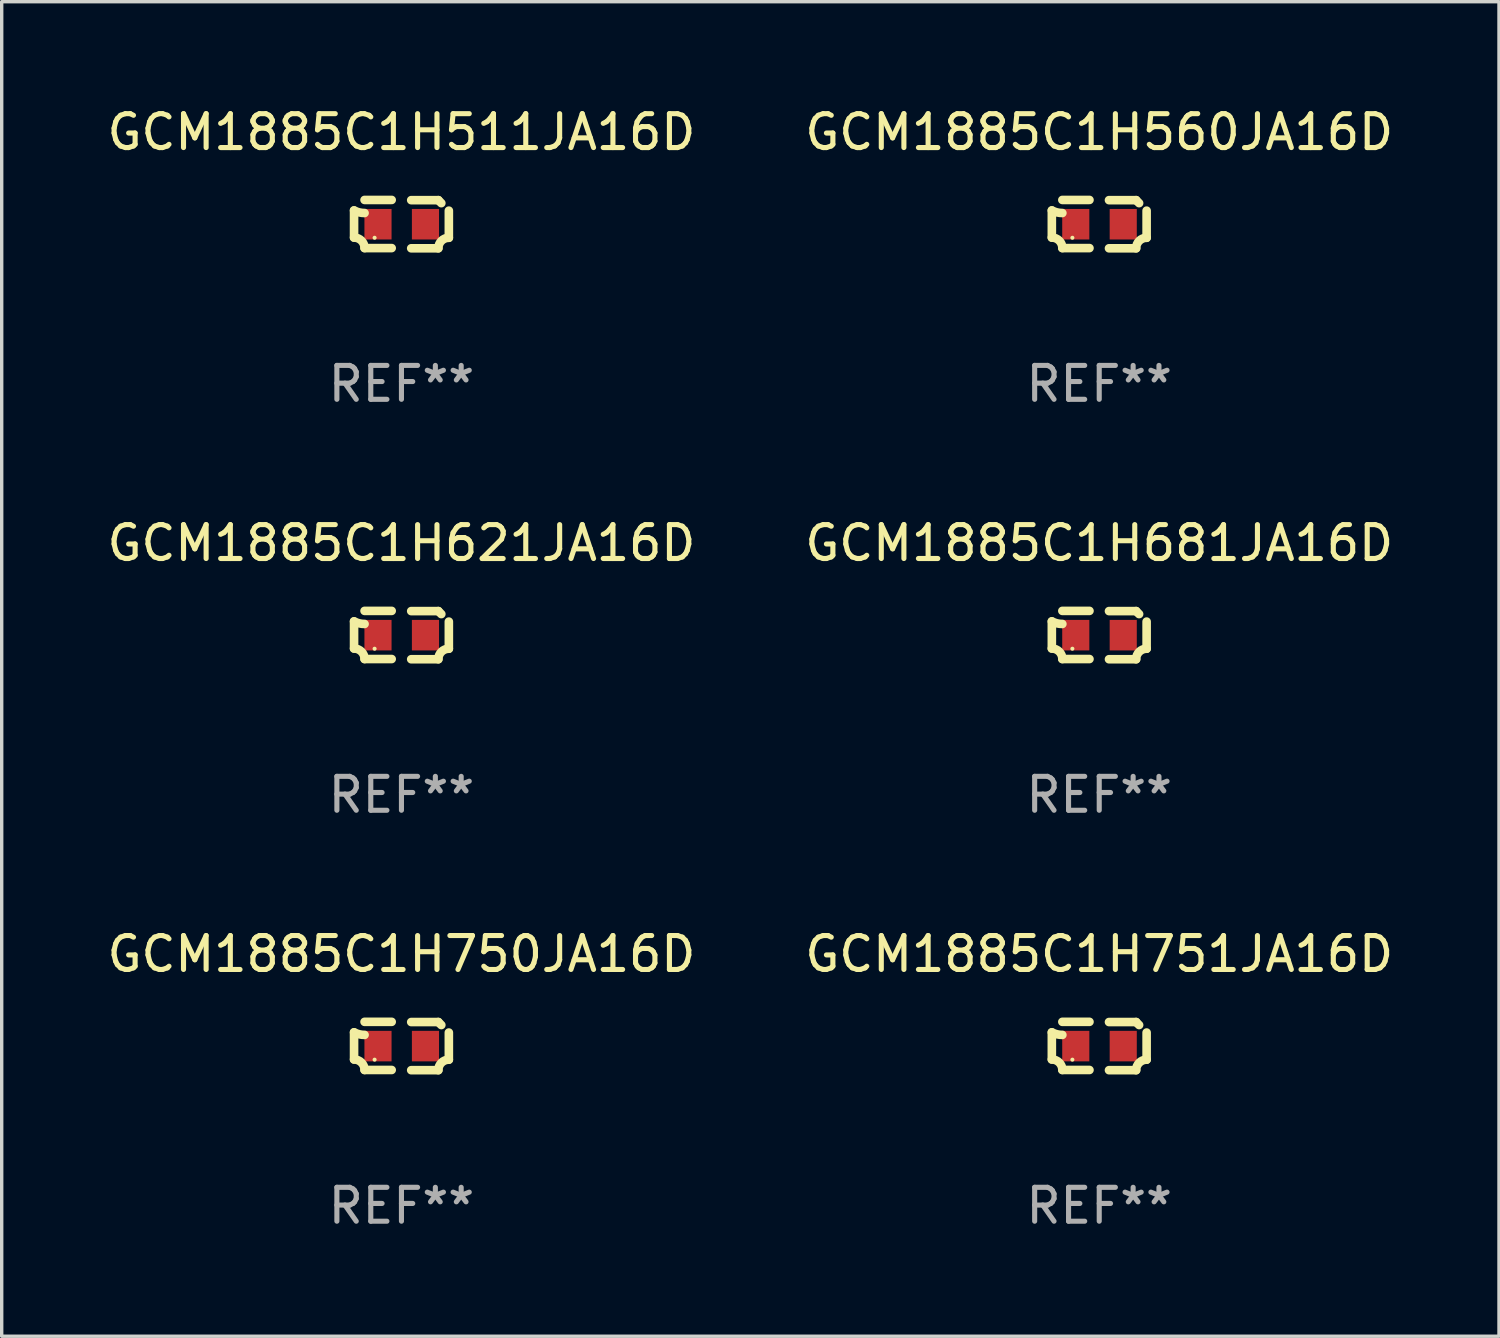
<source format=kicad_pcb>
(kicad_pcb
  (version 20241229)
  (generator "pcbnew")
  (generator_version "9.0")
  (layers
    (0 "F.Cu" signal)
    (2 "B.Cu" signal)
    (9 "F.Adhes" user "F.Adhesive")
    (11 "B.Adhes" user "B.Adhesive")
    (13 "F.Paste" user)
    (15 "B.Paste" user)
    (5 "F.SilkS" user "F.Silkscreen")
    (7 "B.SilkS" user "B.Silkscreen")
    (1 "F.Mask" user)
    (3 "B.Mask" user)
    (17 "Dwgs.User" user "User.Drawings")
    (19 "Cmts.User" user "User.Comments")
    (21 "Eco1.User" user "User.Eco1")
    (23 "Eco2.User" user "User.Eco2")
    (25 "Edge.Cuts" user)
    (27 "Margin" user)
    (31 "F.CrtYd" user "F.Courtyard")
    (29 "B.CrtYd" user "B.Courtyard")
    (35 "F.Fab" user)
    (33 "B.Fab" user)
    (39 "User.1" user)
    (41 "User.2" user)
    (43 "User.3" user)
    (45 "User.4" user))
  (footprint "GCM1885C1H621JA16D"
    (layer "F.Cu")
    (at 8.792 15.683)
    (property "Reference" "GCM1885C1H621JA16D" (at 0 -2.713 0) (layer "F.SilkS") (effects (font (size 1 1) (thickness 0.15))))
    (attr through_hole)
    (fp_line (start -1.398 -0.403) (end -1.398 0.397) (stroke (width 0.254) (type solid)) (layer "F.SilkS"))
    (fp_line (start -0.288 -0.713) (end -1.088 -0.713) (stroke (width 0.254) (type solid)) (layer "F.SilkS"))
    (fp_line (start -0.288 0.707) (end -1.088 0.707) (stroke (width 0.254) (type solid)) (layer "F.SilkS"))
    (fp_line (start 0.288 -0.707) (end 1.088 -0.707) (stroke (width 0.254) (type solid)) (layer "F.SilkS"))
    (fp_line (start 0.288 0.713) (end 1.088 0.713) (stroke (width 0.254) (type solid)) (layer "F.SilkS"))
    (fp_line (start 1.398 -0.397) (end 1.398 0.403) (stroke (width 0.254) (type solid)) (layer "F.SilkS"))
    (fp_arc (start -1.397789 0.397066) (mid -1.178701 0.487826) (end -1.08796 0.706922) (stroke (width 0.254001) (type solid)) (layer "F.SilkS"))
    (fp_arc (start -1.08796 -0.327176) (mid -1.247436 -0.346384) (end -1.39779 -0.402908) (stroke (width 0.254001) (type solid)) (layer "F.SilkS"))
    (fp_arc (start 1.087909 0.712738) (mid 1.178656 0.493655) (end 1.397739 0.402908) (stroke (width 0.254001) (type solid)) (layer "F.SilkS"))
    (fp_arc (start 1.175925 -0.618926) (mid 1.131917 -0.662923) (end 1.08791 -0.706922) (stroke (width 0.254001) (type solid)) (layer "F.SilkS"))
    (fp_circle (center -0.792 0.403) (end -0.762 0.403) (stroke (width 0.06) (type solid)) (fill no) (layer "F.SilkS"))
    (fp_text user "REF**" (at 0 4.713 0) (layer "F.Fab") (effects (font (size 1 1) (thickness 0.15))))
    (pad "1" smd rect (at -0.692 0.003) (size 0.8 0.9) (layers "F.Cu" "F.Mask" "F.Paste"))
    (pad "2" smd rect (at 0.708 0.003) (size 0.8 0.9) (layers "F.Cu" "F.Mask" "F.Paste")))
  (footprint "GCM1885C1H560JA16D"
    (layer "F.Cu")
    (at 29.375 3.561)
    (property "Reference" "GCM1885C1H560JA16D" (at 0 -2.713 0) (layer "F.SilkS") (effects (font (size 1 1) (thickness 0.15))))
    (attr through_hole)
    (fp_line (start -1.398 -0.403) (end -1.398 0.397) (stroke (width 0.254) (type solid)) (layer "F.SilkS"))
    (fp_line (start -0.288 -0.713) (end -1.088 -0.713) (stroke (width 0.254) (type solid)) (layer "F.SilkS"))
    (fp_line (start -0.288 0.707) (end -1.088 0.707) (stroke (width 0.254) (type solid)) (layer "F.SilkS"))
    (fp_line (start 0.288 -0.707) (end 1.088 -0.707) (stroke (width 0.254) (type solid)) (layer "F.SilkS"))
    (fp_line (start 0.288 0.713) (end 1.088 0.713) (stroke (width 0.254) (type solid)) (layer "F.SilkS"))
    (fp_line (start 1.398 -0.397) (end 1.398 0.403) (stroke (width 0.254) (type solid)) (layer "F.SilkS"))
    (fp_arc (start -1.397789 0.397066) (mid -1.178701 0.487826) (end -1.08796 0.706922) (stroke (width 0.254001) (type solid)) (layer "F.SilkS"))
    (fp_arc (start -1.08796 -0.327176) (mid -1.247436 -0.346384) (end -1.39779 -0.402908) (stroke (width 0.254001) (type solid)) (layer "F.SilkS"))
    (fp_arc (start 1.087909 0.712738) (mid 1.178656 0.493655) (end 1.397739 0.402908) (stroke (width 0.254001) (type solid)) (layer "F.SilkS"))
    (fp_arc (start 1.175925 -0.618926) (mid 1.131917 -0.662923) (end 1.08791 -0.706922) (stroke (width 0.254001) (type solid)) (layer "F.SilkS"))
    (fp_circle (center -0.792 0.403) (end -0.762 0.403) (stroke (width 0.06) (type solid)) (fill no) (layer "F.SilkS"))
    (fp_text user "REF**" (at 0 4.713 0) (layer "F.Fab") (effects (font (size 1 1) (thickness 0.15))))
    (pad "1" smd rect (at -0.692 0.003) (size 0.8 0.9) (layers "F.Cu" "F.Mask" "F.Paste"))
    (pad "2" smd rect (at 0.708 0.003) (size 0.8 0.9) (layers "F.Cu" "F.Mask" "F.Paste")))
  (footprint "GCM1885C1H511JA16D"
    (layer "F.Cu")
    (at 8.792 3.561)
    (property "Reference" "GCM1885C1H511JA16D" (at 0 -2.713 0) (layer "F.SilkS") (effects (font (size 1 1) (thickness 0.15))))
    (attr through_hole)
    (fp_line (start -1.398 -0.403) (end -1.398 0.397) (stroke (width 0.254) (type solid)) (layer "F.SilkS"))
    (fp_line (start -0.288 -0.713) (end -1.088 -0.713) (stroke (width 0.254) (type solid)) (layer "F.SilkS"))
    (fp_line (start -0.288 0.707) (end -1.088 0.707) (stroke (width 0.254) (type solid)) (layer "F.SilkS"))
    (fp_line (start 0.288 -0.707) (end 1.088 -0.707) (stroke (width 0.254) (type solid)) (layer "F.SilkS"))
    (fp_line (start 0.288 0.713) (end 1.088 0.713) (stroke (width 0.254) (type solid)) (layer "F.SilkS"))
    (fp_line (start 1.398 -0.397) (end 1.398 0.403) (stroke (width 0.254) (type solid)) (layer "F.SilkS"))
    (fp_arc (start -1.397789 0.397066) (mid -1.178701 0.487826) (end -1.08796 0.706922) (stroke (width 0.254001) (type solid)) (layer "F.SilkS"))
    (fp_arc (start -1.08796 -0.327176) (mid -1.247436 -0.346384) (end -1.39779 -0.402908) (stroke (width 0.254001) (type solid)) (layer "F.SilkS"))
    (fp_arc (start 1.087909 0.712738) (mid 1.178656 0.493655) (end 1.397739 0.402908) (stroke (width 0.254001) (type solid)) (layer "F.SilkS"))
    (fp_arc (start 1.175925 -0.618926) (mid 1.131917 -0.662923) (end 1.08791 -0.706922) (stroke (width 0.254001) (type solid)) (layer "F.SilkS"))
    (fp_circle (center -0.792 0.403) (end -0.762 0.403) (stroke (width 0.06) (type solid)) (fill no) (layer "F.SilkS"))
    (fp_text user "REF**" (at 0 4.713 0) (layer "F.Fab") (effects (font (size 1 1) (thickness 0.15))))
    (pad "1" smd rect (at -0.692 0.003) (size 0.8 0.9) (layers "F.Cu" "F.Mask" "F.Paste"))
    (pad "2" smd rect (at 0.708 0.003) (size 0.8 0.9) (layers "F.Cu" "F.Mask" "F.Paste")))
  (footprint "GCM1885C1H681JA16D"
    (layer "F.Cu")
    (at 29.375 15.683)
    (property "Reference" "GCM1885C1H681JA16D" (at 0 -2.713 0) (layer "F.SilkS") (effects (font (size 1 1) (thickness 0.15))))
    (attr through_hole)
    (fp_line (start -1.398 -0.403) (end -1.398 0.397) (stroke (width 0.254) (type solid)) (layer "F.SilkS"))
    (fp_line (start -0.288 -0.713) (end -1.088 -0.713) (stroke (width 0.254) (type solid)) (layer "F.SilkS"))
    (fp_line (start -0.288 0.707) (end -1.088 0.707) (stroke (width 0.254) (type solid)) (layer "F.SilkS"))
    (fp_line (start 0.288 -0.707) (end 1.088 -0.707) (stroke (width 0.254) (type solid)) (layer "F.SilkS"))
    (fp_line (start 0.288 0.713) (end 1.088 0.713) (stroke (width 0.254) (type solid)) (layer "F.SilkS"))
    (fp_line (start 1.398 -0.397) (end 1.398 0.403) (stroke (width 0.254) (type solid)) (layer "F.SilkS"))
    (fp_arc (start -1.397789 0.397066) (mid -1.178701 0.487826) (end -1.08796 0.706922) (stroke (width 0.254001) (type solid)) (layer "F.SilkS"))
    (fp_arc (start -1.08796 -0.327176) (mid -1.247436 -0.346384) (end -1.39779 -0.402908) (stroke (width 0.254001) (type solid)) (layer "F.SilkS"))
    (fp_arc (start 1.087909 0.712738) (mid 1.178656 0.493655) (end 1.397739 0.402908) (stroke (width 0.254001) (type solid)) (layer "F.SilkS"))
    (fp_arc (start 1.175925 -0.618926) (mid 1.131917 -0.662923) (end 1.08791 -0.706922) (stroke (width 0.254001) (type solid)) (layer "F.SilkS"))
    (fp_circle (center -0.792 0.403) (end -0.762 0.403) (stroke (width 0.06) (type solid)) (fill no) (layer "F.SilkS"))
    (fp_text user "REF**" (at 0 4.713 0) (layer "F.Fab") (effects (font (size 1 1) (thickness 0.15))))
    (pad "1" smd rect (at -0.692 0.003) (size 0.8 0.9) (layers "F.Cu" "F.Mask" "F.Paste"))
    (pad "2" smd rect (at 0.708 0.003) (size 0.8 0.9) (layers "F.Cu" "F.Mask" "F.Paste")))
  (footprint "GCM1885C1H750JA16D"
    (layer "F.Cu")
    (at 8.792 27.805)
    (property "Reference" "GCM1885C1H750JA16D" (at 0 -2.713 0) (layer "F.SilkS") (effects (font (size 1 1) (thickness 0.15))))
    (attr through_hole)
    (fp_line (start -1.398 -0.403) (end -1.398 0.397) (stroke (width 0.254) (type solid)) (layer "F.SilkS"))
    (fp_line (start -0.288 -0.713) (end -1.088 -0.713) (stroke (width 0.254) (type solid)) (layer "F.SilkS"))
    (fp_line (start -0.288 0.707) (end -1.088 0.707) (stroke (width 0.254) (type solid)) (layer "F.SilkS"))
    (fp_line (start 0.288 -0.707) (end 1.088 -0.707) (stroke (width 0.254) (type solid)) (layer "F.SilkS"))
    (fp_line (start 0.288 0.713) (end 1.088 0.713) (stroke (width 0.254) (type solid)) (layer "F.SilkS"))
    (fp_line (start 1.398 -0.397) (end 1.398 0.403) (stroke (width 0.254) (type solid)) (layer "F.SilkS"))
    (fp_arc (start -1.397789 0.397066) (mid -1.178701 0.487826) (end -1.08796 0.706922) (stroke (width 0.254001) (type solid)) (layer "F.SilkS"))
    (fp_arc (start -1.08796 -0.327176) (mid -1.247436 -0.346384) (end -1.39779 -0.402908) (stroke (width 0.254001) (type solid)) (layer "F.SilkS"))
    (fp_arc (start 1.087909 0.712738) (mid 1.178656 0.493655) (end 1.397739 0.402908) (stroke (width 0.254001) (type solid)) (layer "F.SilkS"))
    (fp_arc (start 1.175925 -0.618926) (mid 1.131917 -0.662923) (end 1.08791 -0.706922) (stroke (width 0.254001) (type solid)) (layer "F.SilkS"))
    (fp_circle (center -0.792 0.403) (end -0.762 0.403) (stroke (width 0.06) (type solid)) (fill no) (layer "F.SilkS"))
    (fp_text user "REF**" (at 0 4.713 0) (layer "F.Fab") (effects (font (size 1 1) (thickness 0.15))))
    (pad "1" smd rect (at -0.692 0.003) (size 0.8 0.9) (layers "F.Cu" "F.Mask" "F.Paste"))
    (pad "2" smd rect (at 0.708 0.003) (size 0.8 0.9) (layers "F.Cu" "F.Mask" "F.Paste")))
  (footprint "GCM1885C1H751JA16D"
    (layer "F.Cu")
    (at 29.375 27.805)
    (property "Reference" "GCM1885C1H751JA16D" (at 0 -2.713 0) (layer "F.SilkS") (effects (font (size 1 1) (thickness 0.15))))
    (attr through_hole)
    (fp_line (start -1.398 -0.403) (end -1.398 0.397) (stroke (width 0.254) (type solid)) (layer "F.SilkS"))
    (fp_line (start -0.288 -0.713) (end -1.088 -0.713) (stroke (width 0.254) (type solid)) (layer "F.SilkS"))
    (fp_line (start -0.288 0.707) (end -1.088 0.707) (stroke (width 0.254) (type solid)) (layer "F.SilkS"))
    (fp_line (start 0.288 -0.707) (end 1.088 -0.707) (stroke (width 0.254) (type solid)) (layer "F.SilkS"))
    (fp_line (start 0.288 0.713) (end 1.088 0.713) (stroke (width 0.254) (type solid)) (layer "F.SilkS"))
    (fp_line (start 1.398 -0.397) (end 1.398 0.403) (stroke (width 0.254) (type solid)) (layer "F.SilkS"))
    (fp_arc (start -1.397789 0.397066) (mid -1.178701 0.487826) (end -1.08796 0.706922) (stroke (width 0.254001) (type solid)) (layer "F.SilkS"))
    (fp_arc (start -1.08796 -0.327176) (mid -1.247436 -0.346384) (end -1.39779 -0.402908) (stroke (width 0.254001) (type solid)) (layer "F.SilkS"))
    (fp_arc (start 1.087909 0.712738) (mid 1.178656 0.493655) (end 1.397739 0.402908) (stroke (width 0.254001) (type solid)) (layer "F.SilkS"))
    (fp_arc (start 1.175925 -0.618926) (mid 1.131917 -0.662923) (end 1.08791 -0.706922) (stroke (width 0.254001) (type solid)) (layer "F.SilkS"))
    (fp_circle (center -0.792 0.403) (end -0.762 0.403) (stroke (width 0.06) (type solid)) (fill no) (layer "F.SilkS"))
    (fp_text user "REF**" (at 0 4.713 0) (layer "F.Fab") (effects (font (size 1 1) (thickness 0.15))))
    (pad "1" smd rect (at -0.692 0.003) (size 0.8 0.9) (layers "F.Cu" "F.Mask" "F.Paste"))
    (pad "2" smd rect (at 0.708 0.003) (size 0.8 0.9) (layers "F.Cu" "F.Mask" "F.Paste")))
  (gr_rect
    (start -3 -3)
    (end 41.167 36.366)
    (stroke (width 0.1) (type default))
    (fill no)
    (layer "Edge.Cuts")))
</source>
